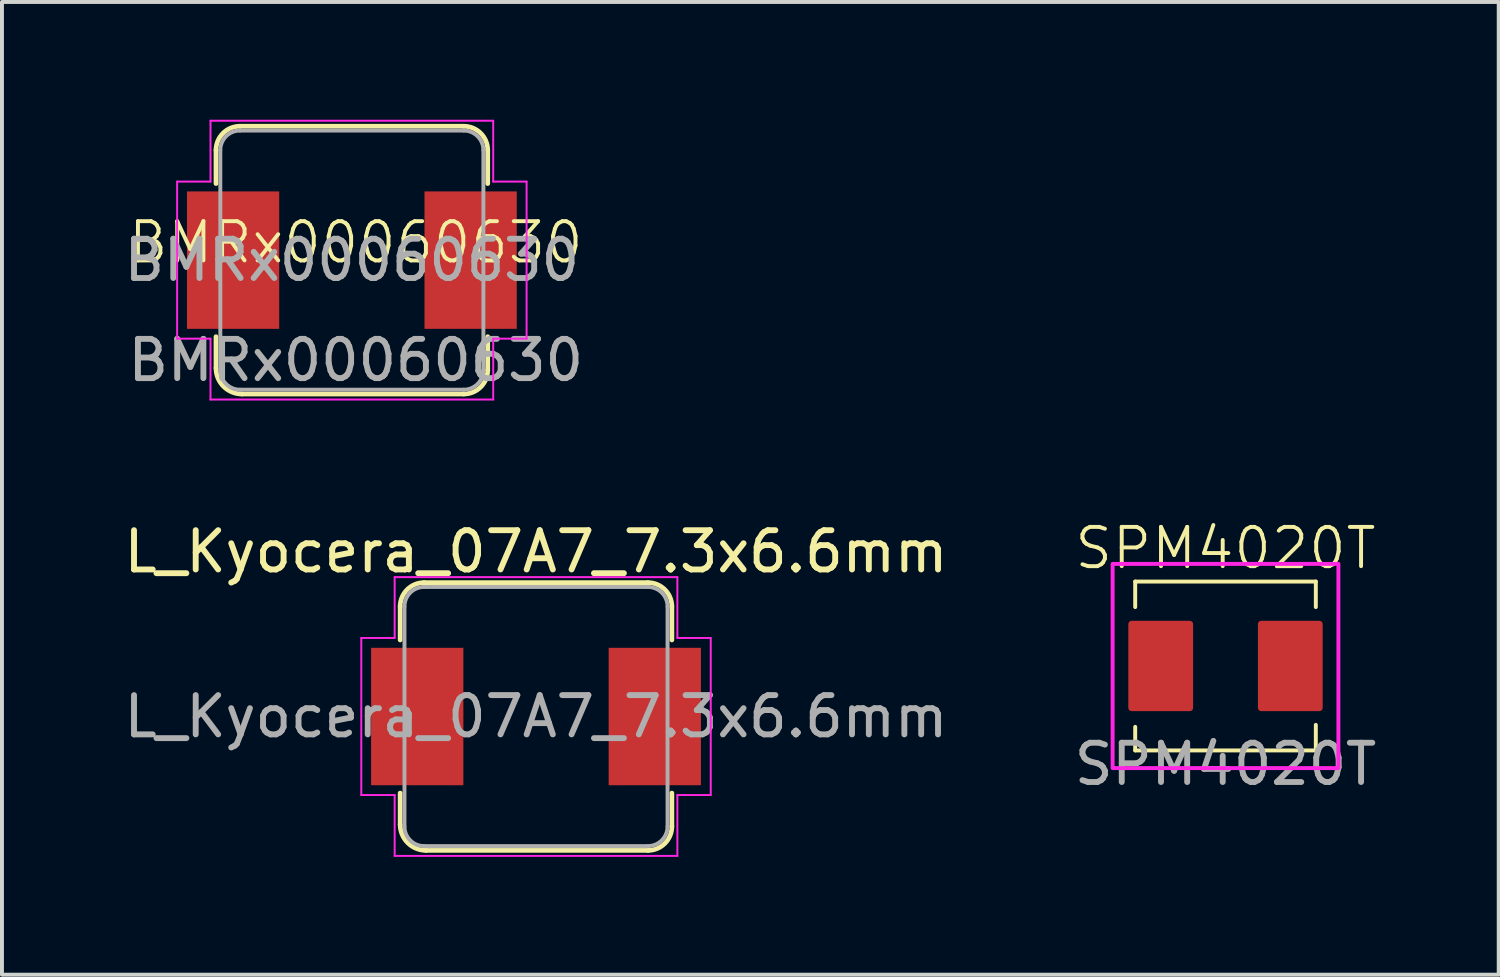
<source format=kicad_pcb>
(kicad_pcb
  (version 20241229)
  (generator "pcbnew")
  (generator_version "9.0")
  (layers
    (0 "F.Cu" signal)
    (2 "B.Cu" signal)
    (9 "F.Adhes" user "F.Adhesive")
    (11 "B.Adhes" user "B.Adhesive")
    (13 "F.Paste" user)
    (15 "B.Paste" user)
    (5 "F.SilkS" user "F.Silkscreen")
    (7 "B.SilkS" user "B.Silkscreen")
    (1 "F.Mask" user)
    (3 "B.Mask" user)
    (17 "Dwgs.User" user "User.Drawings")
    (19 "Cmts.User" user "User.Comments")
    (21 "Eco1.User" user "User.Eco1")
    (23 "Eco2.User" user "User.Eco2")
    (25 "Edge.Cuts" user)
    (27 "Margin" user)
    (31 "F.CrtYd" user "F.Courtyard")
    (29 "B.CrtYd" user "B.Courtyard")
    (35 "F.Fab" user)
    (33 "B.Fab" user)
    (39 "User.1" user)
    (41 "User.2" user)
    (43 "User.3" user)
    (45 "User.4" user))
  (footprint "L_Kyocera_07A7_7.3x6.6mm"
    (layer "F.Cu")
    (at 10.601 15.198)
    (property "Reference" "L_Kyocera_07A7_7.3x6.6mm" (at 0 -4.2 180) (layer "F.SilkS") (effects (font (size 1 1) (thickness 0.15))))
    (attr smd)
    (fp_line (start -3.46 -1.95) (end -3.46 -2.8) (stroke (width 0.12) (type solid)) (layer "F.SilkS"))
    (fp_line (start -3.46 2.75) (end -3.46 1.95) (stroke (width 0.12) (type solid)) (layer "F.SilkS"))
    (fp_line (start -2.85 -3.41) (end 2.85 -3.41) (stroke (width 0.12) (type solid)) (layer "F.SilkS"))
    (fp_line (start 2.85 3.41) (end -2.8 3.41) (stroke (width 0.12) (type solid)) (layer "F.SilkS"))
    (fp_line (start 3.46 -2.8) (end 3.46 -1.95) (stroke (width 0.12) (type solid)) (layer "F.SilkS"))
    (fp_line (start 3.46 1.95) (end 3.46 2.8) (stroke (width 0.12) (type solid)) (layer "F.SilkS"))
    (fp_arc (start -3.46 -2.8) (mid -3.281335 -3.231335) (end -2.85 -3.41) (stroke (width 0.12) (type solid)) (layer "F.SilkS"))
    (fp_arc (start -2.8 3.41) (mid -3.26669 3.21669) (end -3.46 2.75) (stroke (width 0.12) (type solid)) (layer "F.SilkS"))
    (fp_arc (start 2.85 -3.41) (mid 3.281335 -3.231335) (end 3.46 -2.8) (stroke (width 0.12) (type solid)) (layer "F.SilkS"))
    (fp_arc (start 3.46 2.8) (mid 3.281335 3.231335) (end 2.85 3.41) (stroke (width 0.12) (type solid)) (layer "F.SilkS"))
    (fp_line (start -4.45 -2) (end -3.6 -2) (stroke (width 0.05) (type solid)) (layer "F.CrtYd"))
    (fp_line (start -4.45 2) (end -4.45 -2) (stroke (width 0.05) (type solid)) (layer "F.CrtYd"))
    (fp_line (start -3.6 -3.55) (end 3.6 -3.55) (stroke (width 0.05) (type solid)) (layer "F.CrtYd"))
    (fp_line (start -3.6 -2) (end -3.6 -3.55) (stroke (width 0.05) (type solid)) (layer "F.CrtYd"))
    (fp_line (start -3.6 2) (end -4.45 2) (stroke (width 0.05) (type solid)) (layer "F.CrtYd"))
    (fp_line (start -3.6 3.55) (end -3.6 2) (stroke (width 0.05) (type solid)) (layer "F.CrtYd"))
    (fp_line (start 3.6 -3.55) (end 3.6 -2) (stroke (width 0.05) (type solid)) (layer "F.CrtYd"))
    (fp_line (start 3.6 -2) (end 4.45 -2) (stroke (width 0.05) (type solid)) (layer "F.CrtYd"))
    (fp_line (start 3.6 2) (end 3.6 3.55) (stroke (width 0.05) (type solid)) (layer "F.CrtYd"))
    (fp_line (start 3.6 3.55) (end -3.6 3.55) (stroke (width 0.05) (type solid)) (layer "F.CrtYd"))
    (fp_line (start 4.45 -2) (end 4.45 2) (stroke (width 0.05) (type solid)) (layer "F.CrtYd"))
    (fp_line (start 4.45 2) (end 3.6 2) (stroke (width 0.05) (type solid)) (layer "F.CrtYd"))
    (fp_line (start -3.35 2.8) (end -3.35 -2.8) (stroke (width 0.1) (type solid)) (layer "F.Fab"))
    (fp_line (start -2.85 -3.3) (end 2.85 -3.3) (stroke (width 0.1) (type solid)) (layer "F.Fab"))
    (fp_line (start 2.85 3.3) (end -2.85 3.3) (stroke (width 0.1) (type solid)) (layer "F.Fab"))
    (fp_line (start 3.35 -2.8) (end 3.35 2.8) (stroke (width 0.1) (type solid)) (layer "F.Fab"))
    (fp_arc (start -3.35 -2.8) (mid -3.203553 -3.153553) (end -2.85 -3.3) (stroke (width 0.1) (type solid)) (layer "F.Fab"))
    (fp_arc (start -2.85 3.3) (mid -3.203553 3.153553) (end -3.35 2.8) (stroke (width 0.1) (type solid)) (layer "F.Fab"))
    (fp_arc (start 2.85 -3.3) (mid 3.203553 -3.153553) (end 3.35 -2.8) (stroke (width 0.1) (type solid)) (layer "F.Fab"))
    (fp_arc (start 3.35 2.8) (mid 3.203553 3.153553) (end 2.85 3.3) (stroke (width 0.1) (type solid)) (layer "F.Fab"))
    (fp_text user "${REFERENCE}" (at 0 0 180) (layer "F.Fab") (effects (font (size 1 1) (thickness 0.15))))
    (pad "1" smd rect (at -3.025 0) (size 2.35 3.5) (layers "F.Cu" "F.Mask" "F.Paste"))
    (pad "2" smd rect (at 3.025 0) (size 2.35 3.5) (layers "F.Cu" "F.Mask" "F.Paste")))
  (footprint "SPM4020T"
    (layer "F.Cu")
    (at 28.161 13.911)
    (property "Reference" "SPM4020T" (at 0 -3 0) (unlocked yes) (layer "F.SilkS") (effects (font (size 1 1) (thickness 0.1))))
    (attr smd)
    (fp_line (start -2.3 -2.15) (end -2.3 -1.5) (stroke (width 0.1) (type default)) (layer "F.SilkS"))
    (fp_line (start -2.3 -2.15) (end 2.3 -2.15) (stroke (width 0.1) (type default)) (layer "F.SilkS"))
    (fp_line (start -2.3 2.15) (end -2.3 1.55) (stroke (width 0.1) (type default)) (layer "F.SilkS"))
    (fp_line (start 2.3 -2.15) (end 2.3 -1.5) (stroke (width 0.1) (type default)) (layer "F.SilkS"))
    (fp_line (start 2.3 2.15) (end -2.3 2.15) (stroke (width 0.1) (type default)) (layer "F.SilkS"))
    (fp_line (start 2.3 2.15) (end 2.3 1.5) (stroke (width 0.1) (type default)) (layer "F.SilkS"))
    (fp_rect (start -2.875 -2.6) (end 2.875 2.6) (stroke (width 0.1) (type default)) (fill no) (layer "F.CrtYd"))
    (fp_text user "${REFERENCE}" (at 0 2.5 0) (unlocked yes) (layer "F.Fab") (effects (font (size 1 1) (thickness 0.15))))
    (pad "1" smd roundrect (at -1.65 0) (size 1.65 2.3) (layers "F.Cu" "F.Mask" "F.Paste") (roundrect_rratio 0.05))
    (pad "2" smd roundrect (at 1.65 0) (size 1.65 2.3) (layers "F.Cu" "F.Mask" "F.Paste") (roundrect_rratio 0.05)))
  (footprint "BMRx00060630"
    (layer "F.Cu")
    (at 6.011 3.625)
    (property "Reference" "BMRx00060630" (at 0 -0.5 0) (unlocked yes) (layer "F.SilkS") (effects (font (size 1 1) (thickness 0.1))))
    (attr smd)
    (fp_line (start -3.56 -2) (end -3.56 -2.85) (stroke (width 0.12) (type solid)) (layer "F.SilkS"))
    (fp_line (start -3.56 2.7) (end -3.56 1.9) (stroke (width 0.12) (type solid)) (layer "F.SilkS"))
    (fp_line (start -2.95 -3.46) (end 2.75 -3.46) (stroke (width 0.12) (type solid)) (layer "F.SilkS"))
    (fp_line (start 2.75 3.36) (end -2.9 3.36) (stroke (width 0.12) (type solid)) (layer "F.SilkS"))
    (fp_line (start 3.36 -2.85) (end 3.36 -2) (stroke (width 0.12) (type solid)) (layer "F.SilkS"))
    (fp_line (start 3.36 1.9) (end 3.36 2.75) (stroke (width 0.12) (type solid)) (layer "F.SilkS"))
    (fp_arc (start -3.56 -2.85) (mid -3.381335 -3.281335) (end -2.95 -3.46) (stroke (width 0.12) (type solid)) (layer "F.SilkS"))
    (fp_arc (start -2.9 3.36) (mid -3.36669 3.16669) (end -3.56 2.7) (stroke (width 0.12) (type solid)) (layer "F.SilkS"))
    (fp_arc (start 2.75 -3.46) (mid 3.181335 -3.281335) (end 3.36 -2.85) (stroke (width 0.12) (type solid)) (layer "F.SilkS"))
    (fp_arc (start 3.36 2.75) (mid 3.181335 3.181335) (end 2.75 3.36) (stroke (width 0.12) (type solid)) (layer "F.SilkS"))
    (fp_line (start -4.55 -2.05) (end -3.7 -2.05) (stroke (width 0.05) (type solid)) (layer "F.CrtYd"))
    (fp_line (start -4.55 1.95) (end -4.55 -2.05) (stroke (width 0.05) (type solid)) (layer "F.CrtYd"))
    (fp_line (start -3.7 -3.6) (end 3.5 -3.6) (stroke (width 0.05) (type solid)) (layer "F.CrtYd"))
    (fp_line (start -3.7 -2.05) (end -3.7 -3.6) (stroke (width 0.05) (type solid)) (layer "F.CrtYd"))
    (fp_line (start -3.7 1.95) (end -4.55 1.95) (stroke (width 0.05) (type solid)) (layer "F.CrtYd"))
    (fp_line (start -3.7 3.5) (end -3.7 1.95) (stroke (width 0.05) (type solid)) (layer "F.CrtYd"))
    (fp_line (start 3.5 -3.6) (end 3.5 -2.05) (stroke (width 0.05) (type solid)) (layer "F.CrtYd"))
    (fp_line (start 3.5 -2.05) (end 4.35 -2.05) (stroke (width 0.05) (type solid)) (layer "F.CrtYd"))
    (fp_line (start 3.5 1.95) (end 3.5 3.5) (stroke (width 0.05) (type solid)) (layer "F.CrtYd"))
    (fp_line (start 3.5 3.5) (end -3.7 3.5) (stroke (width 0.05) (type solid)) (layer "F.CrtYd"))
    (fp_line (start 4.35 -2.05) (end 4.35 1.95) (stroke (width 0.05) (type solid)) (layer "F.CrtYd"))
    (fp_line (start 4.35 1.95) (end 3.5 1.95) (stroke (width 0.05) (type solid)) (layer "F.CrtYd"))
    (fp_line (start -3.45 2.75) (end -3.45 -2.85) (stroke (width 0.1) (type solid)) (layer "F.Fab"))
    (fp_line (start -2.95 -3.35) (end 2.75 -3.35) (stroke (width 0.1) (type solid)) (layer "F.Fab"))
    (fp_line (start 2.75 3.25) (end -2.95 3.25) (stroke (width 0.1) (type solid)) (layer "F.Fab"))
    (fp_line (start 3.25 -2.85) (end 3.25 2.75) (stroke (width 0.1) (type solid)) (layer "F.Fab"))
    (fp_arc (start -3.45 -2.85) (mid -3.303553 -3.203553) (end -2.95 -3.35) (stroke (width 0.1) (type solid)) (layer "F.Fab"))
    (fp_arc (start -2.95 3.25) (mid -3.303553 3.103553) (end -3.45 2.75) (stroke (width 0.1) (type solid)) (layer "F.Fab"))
    (fp_arc (start 2.75 -3.35) (mid 3.103553 -3.203553) (end 3.25 -2.85) (stroke (width 0.1) (type solid)) (layer "F.Fab"))
    (fp_arc (start 3.25 2.75) (mid 3.103553 3.103553) (end 2.75 3.25) (stroke (width 0.1) (type solid)) (layer "F.Fab"))
    (fp_text user "${REFERENCE}" (at -0.1 -0.05 180) (layer "F.Fab") (effects (font (size 1 1) (thickness 0.15))))
    (fp_text user "${REFERENCE}" (at 0 2.5 0) (unlocked yes) (layer "F.Fab") (effects (font (size 1 1) (thickness 0.15))))
    (pad "1" smd rect (at -3.125 -0.05) (size 2.35 3.5) (layers "F.Cu" "F.Mask" "F.Paste"))
    (pad "2" smd rect (at 2.925 -0.05) (size 2.35 3.5) (layers "F.Cu" "F.Mask" "F.Paste")))
  (gr_rect
    (start -3 -3)
    (end 35.119 21.773)
    (stroke (width 0.1) (type default))
    (fill no)
    (layer "Edge.Cuts")))
</source>
